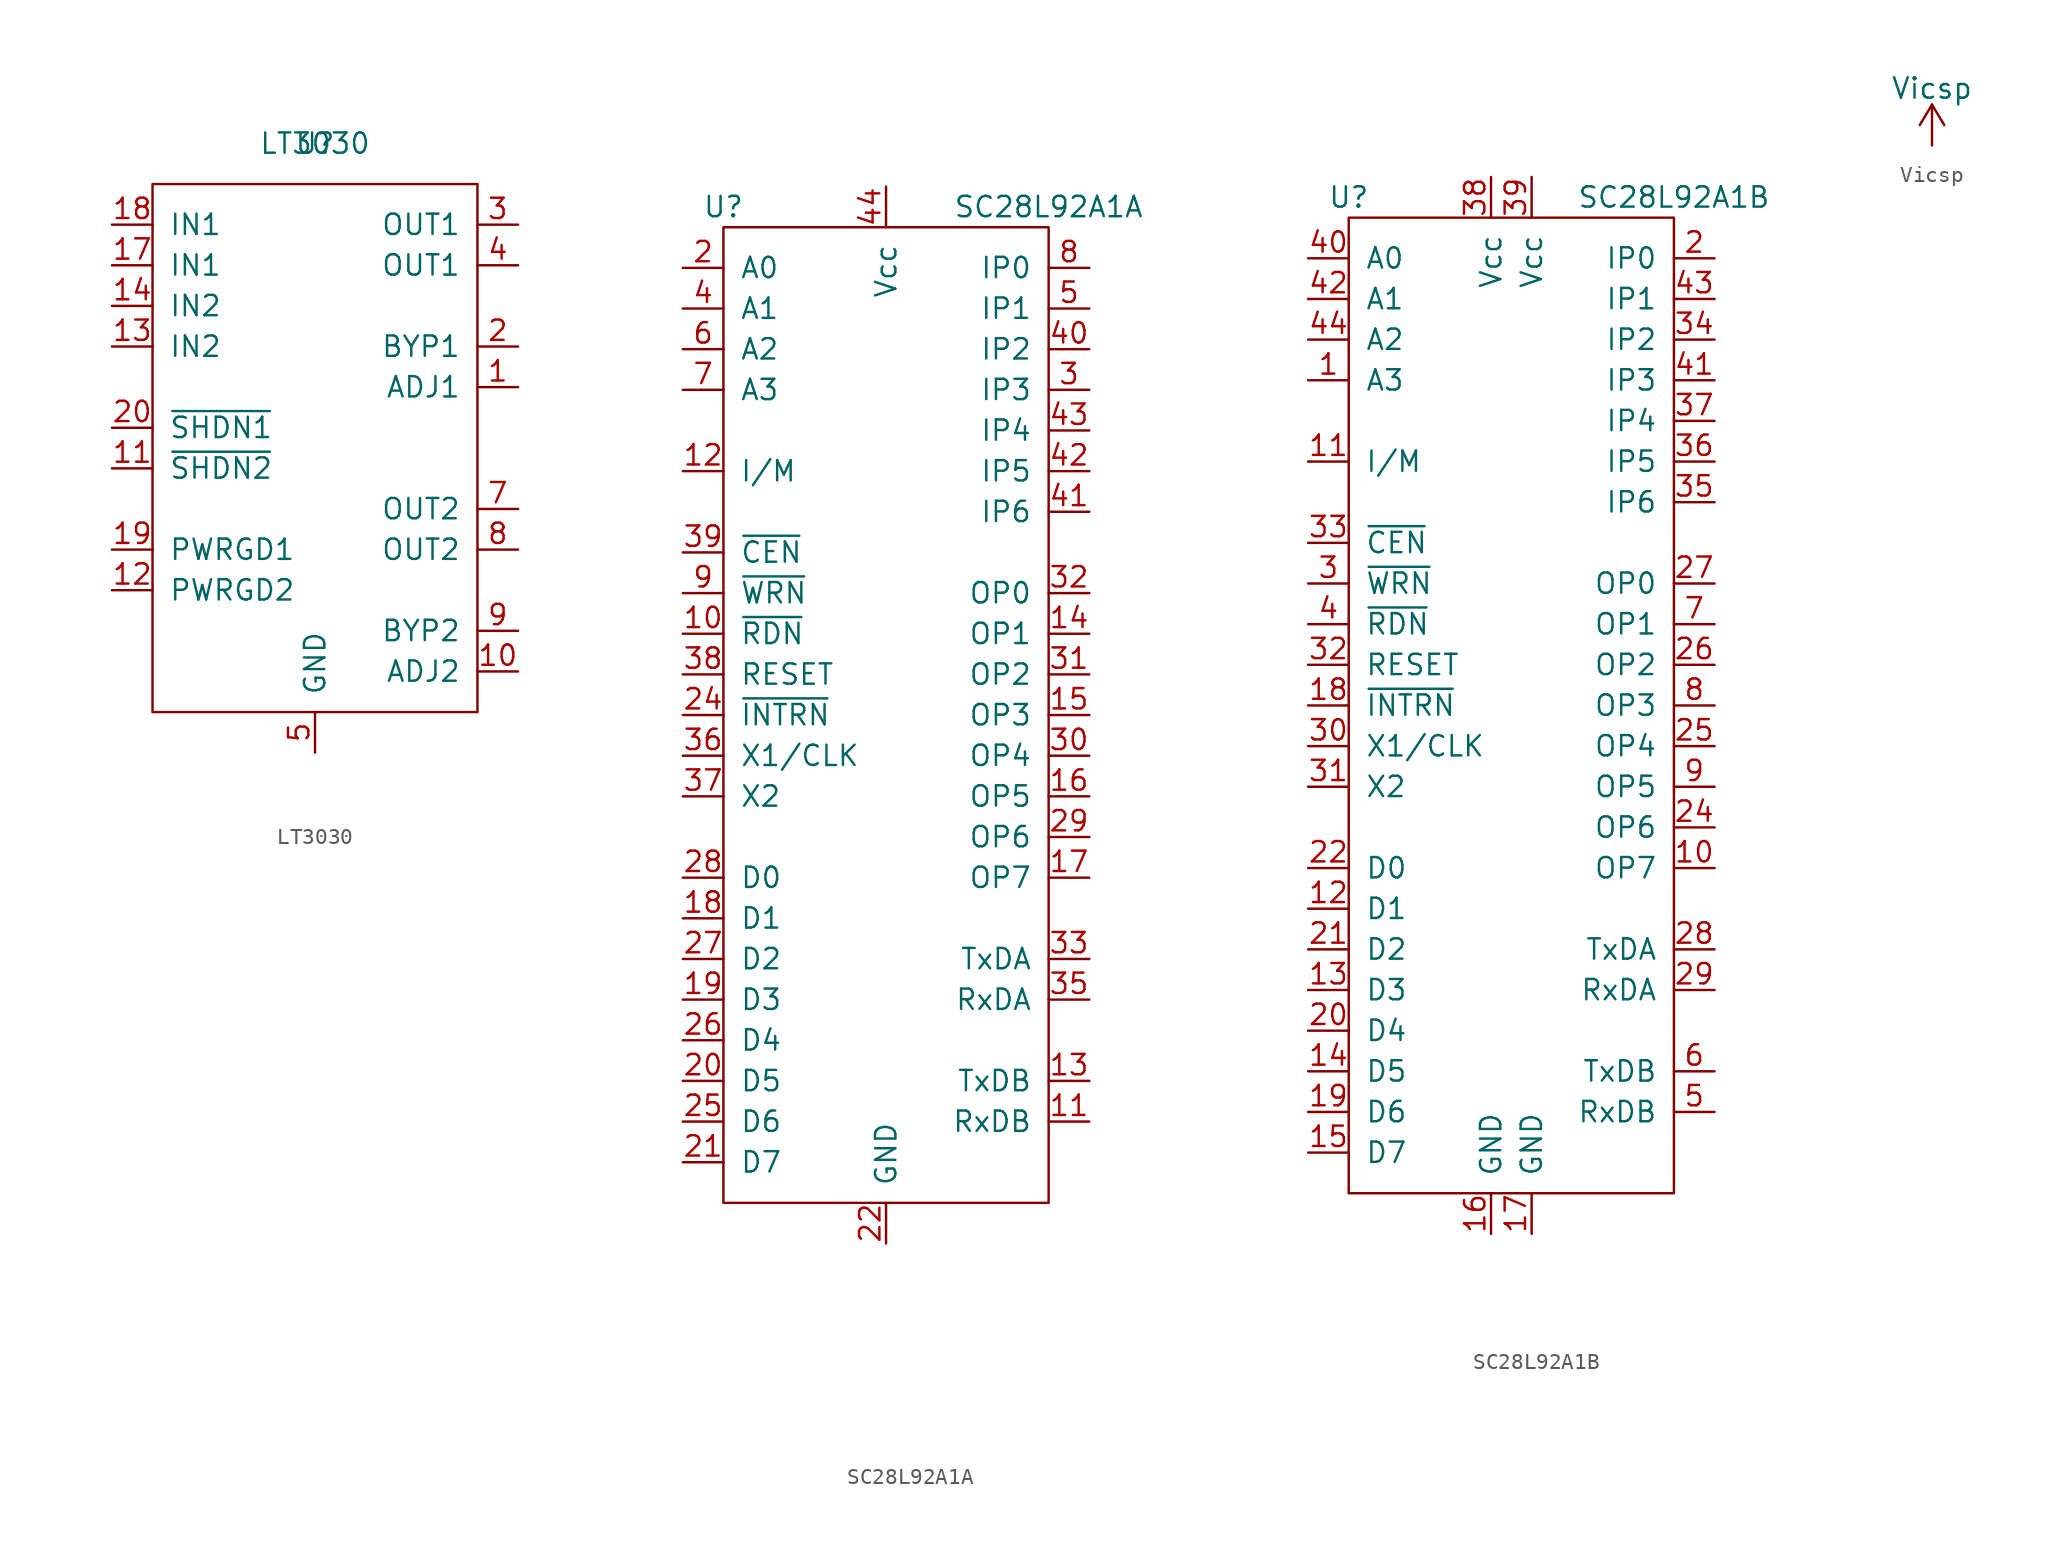
<source format=kicad_sym>
(kicad_symbol_lib
  (version 20220914)
  (generator kicad_symbol_editor)
  (symbol "LT3030"
    (pin_names
      (offset 1.016))
    (property "Reference" "U"
      (at 0 0 0)
      (effects (font (size 1.27 1.27))))
    (property "Value" "LT3030"
      (at 0 0 0)
      (effects (font (size 1.27 1.27))))
    (symbol "LT3030_0_1"
      (rectangle (start -10.16 -2.54) (end 10.16 -35.56) (stroke (width 0) (type solid)) (fill (type none))))
    (symbol "LT3030_1_1"
      (pin input line (at 12.7 -15.24 180) (length 2.54) (name "ADJ1" (effects (font (size 1.27 1.27)))) (number "1" (effects (font (size 1.27 1.27)))))
      (pin input line (at 12.7 -33.02 180) (length 2.54) (name "ADJ2" (effects (font (size 1.27 1.27)))) (number "10" (effects (font (size 1.27 1.27)))))
      (pin power_in line (at -12.7 -20.32 0) (length 2.54) (name "~{SHDN2}" (effects (font (size 1.27 1.27)))) (number "11" (effects (font (size 1.27 1.27)))))
      (pin input line (at -12.7 -27.94 0) (length 2.54) (name "PWRGD2" (effects (font (size 1.27 1.27)))) (number "12" (effects (font (size 1.27 1.27)))))
      (pin power_in line (at -12.7 -12.7 0) (length 2.54) (name "IN2" (effects (font (size 1.27 1.27)))) (number "13" (effects (font (size 1.27 1.27)))))
      (pin power_in line (at -12.7 -10.16 0) (length 2.54) (name "IN2" (effects (font (size 1.27 1.27)))) (number "14" (effects (font (size 1.27 1.27)))))
      (pin power_in line (at 0 -38.1 90) (length 2.54) hide (name "GND" (effects (font (size 1.27 1.27)))) (number "15" (effects (font (size 1.27 1.27)))))
      (pin power_in line (at 0 -38.1 90) (length 2.54) hide (name "GND" (effects (font (size 1.27 1.27)))) (number "16" (effects (font (size 1.27 1.27)))))
      (pin power_in line (at -12.7 -7.62 0) (length 2.54) (name "IN1" (effects (font (size 1.27 1.27)))) (number "17" (effects (font (size 1.27 1.27)))))
      (pin power_in line (at -12.7 -5.08 0) (length 2.54) (name "IN1" (effects (font (size 1.27 1.27)))) (number "18" (effects (font (size 1.27 1.27)))))
      (pin input line (at -12.7 -25.4 0) (length 2.54) (name "PWRGD1" (effects (font (size 1.27 1.27)))) (number "19" (effects (font (size 1.27 1.27)))))
      (pin input line (at 12.7 -12.7 180) (length 2.54) (name "BYP1" (effects (font (size 1.27 1.27)))) (number "2" (effects (font (size 1.27 1.27)))))
      (pin power_in line (at -12.7 -17.78 0) (length 2.54) (name "~{SHDN1}" (effects (font (size 1.27 1.27)))) (number "20" (effects (font (size 1.27 1.27)))))
      (pin power_in line (at 0 -20.32 90) (length 2.54) hide (name "GND" (effects (font (size 1.27 1.27)))) (number "21" (effects (font (size 1.27 1.27)))))
      (pin power_out line (at 12.7 -5.08 180) (length 2.54) (name "OUT1" (effects (font (size 1.27 1.27)))) (number "3" (effects (font (size 1.27 1.27)))))
      (pin power_in line (at 12.7 -7.62 180) (length 2.54) (name "OUT1" (effects (font (size 1.27 1.27)))) (number "4" (effects (font (size 1.27 1.27)))))
      (pin power_in line (at 0 -38.1 90) (length 2.54) (name "GND" (effects (font (size 1.27 1.27)))) (number "5" (effects (font (size 1.27 1.27)))))
      (pin power_in line (at 0 -38.1 90) (length 2.54) hide (name "GND" (effects (font (size 1.27 1.27)))) (number "6" (effects (font (size 1.27 1.27)))))
      (pin power_out line (at 12.7 -22.86 180) (length 2.54) (name "OUT2" (effects (font (size 1.27 1.27)))) (number "7" (effects (font (size 1.27 1.27)))))
      (pin power_in line (at 12.7 -25.4 180) (length 2.54) (name "OUT2" (effects (font (size 1.27 1.27)))) (number "8" (effects (font (size 1.27 1.27)))))
      (pin input line (at 12.7 -30.48 180) (length 2.54) (name "BYP2" (effects (font (size 1.27 1.27)))) (number "9" (effects (font (size 1.27 1.27)))))))
  (symbol "SC28L92A1A"
    (pin_names
      (offset 1.016))
    (property "Reference" "U"
      (at -10.16 31.75 0)
      (effects (font (size 1.27 1.27))))
    (property "Value" "SC28L92A1A"
      (at 10.16 31.75 0)
      (effects (font (size 1.27 1.27))))
    (symbol "SC28L92A1A_0_1"
      (rectangle (start -10.16 30.48) (end 10.16 -30.48) (stroke (width 0) (type solid)) (fill (type none))))
    (symbol "SC28L92A1A_1_1"
      (pin no_connect line (at 12.7 -34.29 180) (length 2.54) hide (name "n.c." (effects (font (size 1.27 1.27)))) (number "1" (effects (font (size 1.27 1.27)))))
      (pin input line (at -12.7 5.08 0) (length 2.54) (name "~{RDN}" (effects (font (size 1.27 1.27)))) (number "10" (effects (font (size 1.27 1.27)))))
      (pin input line (at 12.7 -25.4 180) (length 2.54) (name "RxDB" (effects (font (size 1.27 1.27)))) (number "11" (effects (font (size 1.27 1.27)))))
      (pin input line (at -12.7 15.24 0) (length 2.54) (name "I/M" (effects (font (size 1.27 1.27)))) (number "12" (effects (font (size 1.27 1.27)))))
      (pin output line (at 12.7 -22.86 180) (length 2.54) (name "TxDB" (effects (font (size 1.27 1.27)))) (number "13" (effects (font (size 1.27 1.27)))))
      (pin output line (at 12.7 5.08 180) (length 2.54) (name "OP1" (effects (font (size 1.27 1.27)))) (number "14" (effects (font (size 1.27 1.27)))))
      (pin output line (at 12.7 0 180) (length 2.54) (name "OP3" (effects (font (size 1.27 1.27)))) (number "15" (effects (font (size 1.27 1.27)))))
      (pin output line (at 12.7 -5.08 180) (length 2.54) (name "OP5" (effects (font (size 1.27 1.27)))) (number "16" (effects (font (size 1.27 1.27)))))
      (pin output line (at 12.7 -10.16 180) (length 2.54) (name "OP7" (effects (font (size 1.27 1.27)))) (number "17" (effects (font (size 1.27 1.27)))))
      (pin tri_state line (at -12.7 -12.7 0) (length 2.54) (name "D1" (effects (font (size 1.27 1.27)))) (number "18" (effects (font (size 1.27 1.27)))))
      (pin tri_state line (at -12.7 -17.78 0) (length 2.54) (name "D3" (effects (font (size 1.27 1.27)))) (number "19" (effects (font (size 1.27 1.27)))))
      (pin input line (at -12.7 27.94 0) (length 2.54) (name "A0" (effects (font (size 1.27 1.27)))) (number "2" (effects (font (size 1.27 1.27)))))
      (pin tri_state line (at -12.7 -22.86 0) (length 2.54) (name "D5" (effects (font (size 1.27 1.27)))) (number "20" (effects (font (size 1.27 1.27)))))
      (pin tri_state line (at -12.7 -27.94 0) (length 2.54) (name "D7" (effects (font (size 1.27 1.27)))) (number "21" (effects (font (size 1.27 1.27)))))
      (pin power_in line (at 0 -33.02 90) (length 2.54) (name "GND" (effects (font (size 1.27 1.27)))) (number "22" (effects (font (size 1.27 1.27)))))
      (pin no_connect line (at 12.7 -36.83 180) (length 2.54) hide (name "n.c." (effects (font (size 1.27 1.27)))) (number "23" (effects (font (size 1.27 1.27)))))
      (pin output line (at -12.7 0 0) (length 2.54) (name "~{INTRN}" (effects (font (size 1.27 1.27)))) (number "24" (effects (font (size 1.27 1.27)))))
      (pin tri_state line (at -12.7 -25.4 0) (length 2.54) (name "D6" (effects (font (size 1.27 1.27)))) (number "25" (effects (font (size 1.27 1.27)))))
      (pin tri_state line (at -12.7 -20.32 0) (length 2.54) (name "D4" (effects (font (size 1.27 1.27)))) (number "26" (effects (font (size 1.27 1.27)))))
      (pin tri_state line (at -12.7 -15.24 0) (length 2.54) (name "D2" (effects (font (size 1.27 1.27)))) (number "27" (effects (font (size 1.27 1.27)))))
      (pin tri_state line (at -12.7 -10.16 0) (length 2.54) (name "D0" (effects (font (size 1.27 1.27)))) (number "28" (effects (font (size 1.27 1.27)))))
      (pin output line (at 12.7 -7.62 180) (length 2.54) (name "OP6" (effects (font (size 1.27 1.27)))) (number "29" (effects (font (size 1.27 1.27)))))
      (pin input line (at 12.7 20.32 180) (length 2.54) (name "IP3" (effects (font (size 1.27 1.27)))) (number "3" (effects (font (size 1.27 1.27)))))
      (pin output line (at 12.7 -2.54 180) (length 2.54) (name "OP4" (effects (font (size 1.27 1.27)))) (number "30" (effects (font (size 1.27 1.27)))))
      (pin output line (at 12.7 2.54 180) (length 2.54) (name "OP2" (effects (font (size 1.27 1.27)))) (number "31" (effects (font (size 1.27 1.27)))))
      (pin output line (at 12.7 7.62 180) (length 2.54) (name "OP0" (effects (font (size 1.27 1.27)))) (number "32" (effects (font (size 1.27 1.27)))))
      (pin output line (at 12.7 -15.24 180) (length 2.54) (name "TxDA" (effects (font (size 1.27 1.27)))) (number "33" (effects (font (size 1.27 1.27)))))
      (pin no_connect line (at 12.7 -39.37 180) (length 2.54) hide (name "n.c." (effects (font (size 1.27 1.27)))) (number "34" (effects (font (size 1.27 1.27)))))
      (pin input line (at 12.7 -17.78 180) (length 2.54) (name "RxDA" (effects (font (size 1.27 1.27)))) (number "35" (effects (font (size 1.27 1.27)))))
      (pin input line (at -12.7 -2.54 0) (length 2.54) (name "X1/CLK" (effects (font (size 1.27 1.27)))) (number "36" (effects (font (size 1.27 1.27)))))
      (pin output line (at -12.7 -5.08 0) (length 2.54) (name "X2" (effects (font (size 1.27 1.27)))) (number "37" (effects (font (size 1.27 1.27)))))
      (pin input line (at -12.7 2.54 0) (length 2.54) (name "RESET" (effects (font (size 1.27 1.27)))) (number "38" (effects (font (size 1.27 1.27)))))
      (pin input line (at -12.7 10.16 0) (length 2.54) (name "~{CEN}" (effects (font (size 1.27 1.27)))) (number "39" (effects (font (size 1.27 1.27)))))
      (pin input line (at -12.7 25.4 0) (length 2.54) (name "A1" (effects (font (size 1.27 1.27)))) (number "4" (effects (font (size 1.27 1.27)))))
      (pin input line (at 12.7 22.86 180) (length 2.54) (name "IP2" (effects (font (size 1.27 1.27)))) (number "40" (effects (font (size 1.27 1.27)))))
      (pin input line (at 12.7 12.7 180) (length 2.54) (name "IP6" (effects (font (size 1.27 1.27)))) (number "41" (effects (font (size 1.27 1.27)))))
      (pin input line (at 12.7 15.24 180) (length 2.54) (name "IP5" (effects (font (size 1.27 1.27)))) (number "42" (effects (font (size 1.27 1.27)))))
      (pin input line (at 12.7 17.78 180) (length 2.54) (name "IP4" (effects (font (size 1.27 1.27)))) (number "43" (effects (font (size 1.27 1.27)))))
      (pin power_in line (at 0 33.02 270) (length 2.54) (name "Vcc" (effects (font (size 1.27 1.27)))) (number "44" (effects (font (size 1.27 1.27)))))
      (pin input line (at 12.7 25.4 180) (length 2.54) (name "IP1" (effects (font (size 1.27 1.27)))) (number "5" (effects (font (size 1.27 1.27)))))
      (pin input line (at -12.7 22.86 0) (length 2.54) (name "A2" (effects (font (size 1.27 1.27)))) (number "6" (effects (font (size 1.27 1.27)))))
      (pin input line (at -12.7 20.32 0) (length 2.54) (name "A3" (effects (font (size 1.27 1.27)))) (number "7" (effects (font (size 1.27 1.27)))))
      (pin input line (at 12.7 27.94 180) (length 2.54) (name "IP0" (effects (font (size 1.27 1.27)))) (number "8" (effects (font (size 1.27 1.27)))))
      (pin input line (at -12.7 7.62 0) (length 2.54) (name "~{WRN}" (effects (font (size 1.27 1.27)))) (number "9" (effects (font (size 1.27 1.27)))))))
  (symbol "SC28L92A1B"
    (pin_names
      (offset 1.016))
    (property "Reference" "U"
      (at -10.16 31.75 0)
      (effects (font (size 1.27 1.27))))
    (property "Value" "SC28L92A1B"
      (at 10.16 31.75 0)
      (effects (font (size 1.27 1.27))))
    (symbol "SC28L92A1B_0_1"
      (rectangle (start -10.16 30.48) (end 10.16 -30.48) (stroke (width 0) (type solid)) (fill (type none))))
    (symbol "SC28L92A1B_1_1"
      (pin input line (at -12.7 20.32 0) (length 2.54) (name "A3" (effects (font (size 1.27 1.27)))) (number "1" (effects (font (size 1.27 1.27)))))
      (pin output line (at 12.7 -10.16 180) (length 2.54) (name "OP7" (effects (font (size 1.27 1.27)))) (number "10" (effects (font (size 1.27 1.27)))))
      (pin input line (at -12.7 15.24 0) (length 2.54) (name "I/M" (effects (font (size 1.27 1.27)))) (number "11" (effects (font (size 1.27 1.27)))))
      (pin tri_state line (at -12.7 -12.7 0) (length 2.54) (name "D1" (effects (font (size 1.27 1.27)))) (number "12" (effects (font (size 1.27 1.27)))))
      (pin tri_state line (at -12.7 -17.78 0) (length 2.54) (name "D3" (effects (font (size 1.27 1.27)))) (number "13" (effects (font (size 1.27 1.27)))))
      (pin tri_state line (at -12.7 -22.86 0) (length 2.54) (name "D5" (effects (font (size 1.27 1.27)))) (number "14" (effects (font (size 1.27 1.27)))))
      (pin tri_state line (at -12.7 -27.94 0) (length 2.54) (name "D7" (effects (font (size 1.27 1.27)))) (number "15" (effects (font (size 1.27 1.27)))))
      (pin power_in line (at -1.27 -33.02 90) (length 2.54) (name "GND" (effects (font (size 1.27 1.27)))) (number "16" (effects (font (size 1.27 1.27)))))
      (pin power_in line (at 1.27 -33.02 90) (length 2.54) (name "GND" (effects (font (size 1.27 1.27)))) (number "17" (effects (font (size 1.27 1.27)))))
      (pin output line (at -12.7 0 0) (length 2.54) (name "~{INTRN}" (effects (font (size 1.27 1.27)))) (number "18" (effects (font (size 1.27 1.27)))))
      (pin tri_state line (at -12.7 -25.4 0) (length 2.54) (name "D6" (effects (font (size 1.27 1.27)))) (number "19" (effects (font (size 1.27 1.27)))))
      (pin input line (at 12.7 27.94 180) (length 2.54) (name "IP0" (effects (font (size 1.27 1.27)))) (number "2" (effects (font (size 1.27 1.27)))))
      (pin tri_state line (at -12.7 -20.32 0) (length 2.54) (name "D4" (effects (font (size 1.27 1.27)))) (number "20" (effects (font (size 1.27 1.27)))))
      (pin tri_state line (at -12.7 -15.24 0) (length 2.54) (name "D2" (effects (font (size 1.27 1.27)))) (number "21" (effects (font (size 1.27 1.27)))))
      (pin tri_state line (at -12.7 -10.16 0) (length 2.54) (name "D0" (effects (font (size 1.27 1.27)))) (number "22" (effects (font (size 1.27 1.27)))))
      (pin no_connect line (at -3.81 -33.02 90) (length 2.54) hide (name "n.c." (effects (font (size 1.27 1.27)))) (number "23" (effects (font (size 1.27 1.27)))))
      (pin output line (at 12.7 -7.62 180) (length 2.54) (name "OP6" (effects (font (size 1.27 1.27)))) (number "24" (effects (font (size 1.27 1.27)))))
      (pin output line (at 12.7 -2.54 180) (length 2.54) (name "OP4" (effects (font (size 1.27 1.27)))) (number "25" (effects (font (size 1.27 1.27)))))
      (pin output line (at 12.7 2.54 180) (length 2.54) (name "OP2" (effects (font (size 1.27 1.27)))) (number "26" (effects (font (size 1.27 1.27)))))
      (pin output line (at 12.7 7.62 180) (length 2.54) (name "OP0" (effects (font (size 1.27 1.27)))) (number "27" (effects (font (size 1.27 1.27)))))
      (pin output line (at 12.7 -15.24 180) (length 2.54) (name "TxDA" (effects (font (size 1.27 1.27)))) (number "28" (effects (font (size 1.27 1.27)))))
      (pin input line (at 12.7 -17.78 180) (length 2.54) (name "RxDA" (effects (font (size 1.27 1.27)))) (number "29" (effects (font (size 1.27 1.27)))))
      (pin input line (at -12.7 7.62 0) (length 2.54) (name "~{WRN}" (effects (font (size 1.27 1.27)))) (number "3" (effects (font (size 1.27 1.27)))))
      (pin input line (at -12.7 -2.54 0) (length 2.54) (name "X1/CLK" (effects (font (size 1.27 1.27)))) (number "30" (effects (font (size 1.27 1.27)))))
      (pin output line (at -12.7 -5.08 0) (length 2.54) (name "X2" (effects (font (size 1.27 1.27)))) (number "31" (effects (font (size 1.27 1.27)))))
      (pin input line (at -12.7 2.54 0) (length 2.54) (name "RESET" (effects (font (size 1.27 1.27)))) (number "32" (effects (font (size 1.27 1.27)))))
      (pin input line (at -12.7 10.16 0) (length 2.54) (name "~{CEN}" (effects (font (size 1.27 1.27)))) (number "33" (effects (font (size 1.27 1.27)))))
      (pin input line (at 12.7 22.86 180) (length 2.54) (name "IP2" (effects (font (size 1.27 1.27)))) (number "34" (effects (font (size 1.27 1.27)))))
      (pin input line (at 12.7 12.7 180) (length 2.54) (name "IP6" (effects (font (size 1.27 1.27)))) (number "35" (effects (font (size 1.27 1.27)))))
      (pin input line (at 12.7 15.24 180) (length 2.54) (name "IP5" (effects (font (size 1.27 1.27)))) (number "36" (effects (font (size 1.27 1.27)))))
      (pin input line (at 12.7 17.78 180) (length 2.54) (name "IP4" (effects (font (size 1.27 1.27)))) (number "37" (effects (font (size 1.27 1.27)))))
      (pin power_in line (at -1.27 33.02 270) (length 2.54) (name "Vcc" (effects (font (size 1.27 1.27)))) (number "38" (effects (font (size 1.27 1.27)))))
      (pin power_in line (at 1.27 33.02 270) (length 2.54) (name "Vcc" (effects (font (size 1.27 1.27)))) (number "39" (effects (font (size 1.27 1.27)))))
      (pin input line (at -12.7 5.08 0) (length 2.54) (name "~{RDN}" (effects (font (size 1.27 1.27)))) (number "4" (effects (font (size 1.27 1.27)))))
      (pin input line (at -12.7 27.94 0) (length 2.54) (name "A0" (effects (font (size 1.27 1.27)))) (number "40" (effects (font (size 1.27 1.27)))))
      (pin input line (at 12.7 20.32 180) (length 2.54) (name "IP3" (effects (font (size 1.27 1.27)))) (number "41" (effects (font (size 1.27 1.27)))))
      (pin input line (at -12.7 25.4 0) (length 2.54) (name "A1" (effects (font (size 1.27 1.27)))) (number "42" (effects (font (size 1.27 1.27)))))
      (pin input line (at 12.7 25.4 180) (length 2.54) (name "IP1" (effects (font (size 1.27 1.27)))) (number "43" (effects (font (size 1.27 1.27)))))
      (pin input line (at -12.7 22.86 0) (length 2.54) (name "A2" (effects (font (size 1.27 1.27)))) (number "44" (effects (font (size 1.27 1.27)))))
      (pin input line (at 12.7 -25.4 180) (length 2.54) (name "RxDB" (effects (font (size 1.27 1.27)))) (number "5" (effects (font (size 1.27 1.27)))))
      (pin output line (at 12.7 -22.86 180) (length 2.54) (name "TxDB" (effects (font (size 1.27 1.27)))) (number "6" (effects (font (size 1.27 1.27)))))
      (pin output line (at 12.7 5.08 180) (length 2.54) (name "OP1" (effects (font (size 1.27 1.27)))) (number "7" (effects (font (size 1.27 1.27)))))
      (pin output line (at 12.7 0 180) (length 2.54) (name "OP3" (effects (font (size 1.27 1.27)))) (number "8" (effects (font (size 1.27 1.27)))))
      (pin output line (at 12.7 -5.08 180) (length 2.54) (name "OP5" (effects (font (size 1.27 1.27)))) (number "9" (effects (font (size 1.27 1.27)))))))
  (symbol "Vicsp"
    (power)
    (pin_names
      (offset 0))
    (property "Reference" "#PWR"
      (at 0 -3.81 0)
      (effects (font (size 1.27 1.27)) hide))
    (property "Value" "Vicsp"
      (at 0 3.556 0)
      (effects (font (size 1.27 1.27))))
    (symbol "Vicsp_0_1"
      (polyline (pts (xy -0.762 1.27) (xy 0 2.54)) (stroke (width 0) (type solid)) (fill (type none)))
      (polyline (pts (xy 0 0) (xy 0 2.54)) (stroke (width 0) (type solid)) (fill (type none)))
      (polyline (pts (xy 0 2.54) (xy 0.762 1.27)) (stroke (width 0) (type solid)) (fill (type none))))
    (symbol "Vicsp_1_1"
      (pin power_in line (at 0 0 90) (length 0) hide (name "Vicsp" (effects (font (size 1.27 1.27)))) (number "1" (effects (font (size 1.27 1.27))))))))
</source>
